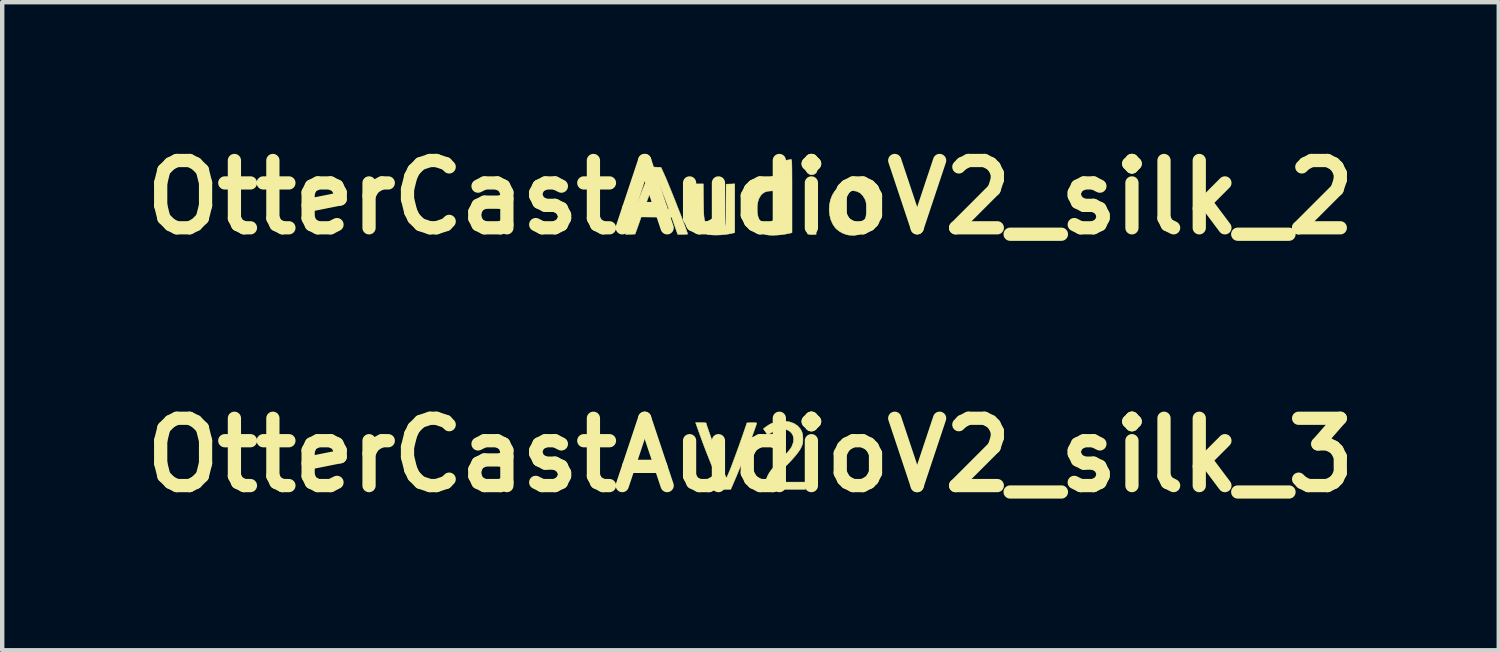
<source format=kicad_pcb>
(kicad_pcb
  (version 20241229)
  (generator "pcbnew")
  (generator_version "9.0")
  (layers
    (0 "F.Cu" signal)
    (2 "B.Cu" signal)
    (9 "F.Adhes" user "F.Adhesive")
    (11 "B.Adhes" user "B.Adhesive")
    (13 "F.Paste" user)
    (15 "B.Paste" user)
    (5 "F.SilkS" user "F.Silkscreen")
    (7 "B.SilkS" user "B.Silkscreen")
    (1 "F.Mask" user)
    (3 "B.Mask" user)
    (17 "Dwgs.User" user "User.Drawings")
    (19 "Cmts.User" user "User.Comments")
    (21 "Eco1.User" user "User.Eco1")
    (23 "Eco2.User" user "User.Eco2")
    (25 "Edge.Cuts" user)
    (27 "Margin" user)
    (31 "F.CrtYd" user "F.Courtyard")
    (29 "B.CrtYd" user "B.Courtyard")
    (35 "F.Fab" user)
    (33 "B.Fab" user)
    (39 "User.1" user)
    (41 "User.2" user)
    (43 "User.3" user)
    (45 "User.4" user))
  (footprint "OtterCastAudioV2_silk_2"
    (layer "F.Cu")
    (at 13.941 1.418)
    (property "Reference" "OtterCastAudioV2_silk_2" (at 0 0 0) (layer "F.SilkS") (effects (font (size 1.524 1.524) (thickness 0.3))))
    (attr through_hole)
    (fp_poly (pts (xy 1.486 0.838) (xy 1.39 0.838) (xy 1.332 0.836) (xy 1.299 0.83) (xy 1.289 0.822) (xy 1.287 0.807) (xy 1.286 0.768) (xy 1.286 0.71) (xy 1.285 0.634) (xy 1.285 0.543) (xy 1.285 0.441) (xy 1.285 0.329) (xy 1.286 0.254) (xy 1.289 -0.298) (xy 1.387 -0.302) (xy 1.486 -0.306) (xy 1.486 0.838)) (stroke (width 0.01) (type solid)) (fill yes) (layer "F.SilkS"))
    (fp_poly (pts (xy 1.438 -0.762) (xy 1.479 -0.733) (xy 1.505 -0.689) (xy 1.511 -0.645) (xy 1.505 -0.591) (xy 1.484 -0.553) (xy 1.448 -0.527) (xy 1.405 -0.511) (xy 1.365 -0.512) (xy 1.327 -0.526) (xy 1.288 -0.555) (xy 1.265 -0.597) (xy 1.259 -0.645) (xy 1.268 -0.693) (xy 1.293 -0.734) (xy 1.333 -0.762) (xy 1.388 -0.773) (xy 1.438 -0.762)) (stroke (width 0.01) (type solid)) (fill yes) (layer "F.SilkS"))
    (fp_poly (pts (xy -0.356 0.799) (xy -0.403 0.811) (xy -0.494 0.83) (xy -0.599 0.844) (xy -0.707 0.852) (xy -0.81 0.854) (xy -0.891 0.85) (xy -0.994 0.828) (xy -1.081 0.787) (xy -1.152 0.726) (xy -1.205 0.647) (xy -1.243 0.548) (xy -1.257 0.483) (xy -1.26 0.448) (xy -1.263 0.392) (xy -1.266 0.319) (xy -1.268 0.234) (xy -1.269 0.141) (xy -1.27 0.048) (xy -1.27 -0.305) (xy -1.068 -0.305) (xy -1.064 0.079) (xy -1.062 0.2) (xy -1.06 0.298) (xy -1.057 0.377) (xy -1.052 0.439) (xy -1.046 0.487) (xy -1.037 0.524) (xy -1.025 0.554) (xy -1.01 0.579) (xy -0.992 0.602) (xy -0.982 0.612) (xy -0.946 0.642) (xy -0.902 0.662) (xy -0.846 0.673) (xy -0.772 0.677) (xy -0.733 0.677) (xy -0.689 0.677) (xy -0.653 0.677) (xy -0.624 0.676) (xy -0.602 0.67) (xy -0.585 0.658) (xy -0.573 0.636) (xy -0.565 0.604) (xy -0.56 0.558) (xy -0.558 0.495) (xy -0.557 0.415) (xy -0.556 0.314) (xy -0.556 0.19) (xy -0.556 0.18) (xy -0.552 -0.298) (xy -0.454 -0.302) (xy -0.356 -0.306) (xy -0.356 0.799)) (stroke (width 0.01) (type solid)) (fill yes) (layer "F.SilkS"))
    (fp_poly (pts (xy 2.413 -0.316) (xy 2.5 -0.296) (xy 2.578 -0.259) (xy 2.632 -0.223) (xy 2.705 -0.151) (xy 2.763 -0.063) (xy 2.806 0.038) (xy 2.832 0.148) (xy 2.842 0.263) (xy 2.833 0.379) (xy 2.806 0.493) (xy 2.776 0.568) (xy 2.716 0.665) (xy 2.639 0.745) (xy 2.55 0.805) (xy 2.449 0.844) (xy 2.342 0.862) (xy 2.229 0.855) (xy 2.172 0.843) (xy 2.09 0.813) (xy 2.012 0.769) (xy 1.945 0.716) (xy 1.922 0.693) (xy 1.861 0.604) (xy 1.817 0.503) (xy 1.791 0.394) (xy 1.781 0.28) (xy 1.783 0.241) (xy 1.995 0.241) (xy 1.995 0.322) (xy 2.003 0.397) (xy 2.013 0.439) (xy 2.05 0.529) (xy 2.102 0.599) (xy 2.167 0.649) (xy 2.243 0.679) (xy 2.328 0.685) (xy 2.405 0.672) (xy 2.458 0.647) (xy 2.512 0.603) (xy 2.559 0.548) (xy 2.593 0.492) (xy 2.605 0.46) (xy 2.614 0.43) (xy 2.619 0.393) (xy 2.622 0.345) (xy 2.623 0.279) (xy 2.623 0.267) (xy 2.622 0.197) (xy 2.62 0.147) (xy 2.615 0.109) (xy 2.607 0.078) (xy 2.595 0.048) (xy 2.593 0.044) (xy 2.544 -0.037) (xy 2.483 -0.098) (xy 2.409 -0.136) (xy 2.326 -0.152) (xy 2.311 -0.152) (xy 2.226 -0.14) (xy 2.15 -0.105) (xy 2.085 -0.048) (xy 2.034 0.029) (xy 2.03 0.037) (xy 2.012 0.091) (xy 2 0.162) (xy 1.995 0.241) (xy 1.783 0.241) (xy 1.788 0.166) (xy 1.811 0.056) (xy 1.85 -0.046) (xy 1.905 -0.136) (xy 1.976 -0.21) (xy 1.983 -0.217) (xy 2.06 -0.268) (xy 2.14 -0.301) (xy 2.229 -0.318) (xy 2.311 -0.322) (xy 2.413 -0.316)) (stroke (width 0.01) (type solid)) (fill yes) (layer "F.SilkS"))
    (fp_poly (pts (xy -2.122 -0.683) (xy -2.026 -0.679) (xy -1.953 -0.521) (xy -1.928 -0.464) (xy -1.897 -0.392) (xy -1.862 -0.306) (xy -1.822 -0.209) (xy -1.779 -0.105) (xy -1.735 0.005) (xy -1.69 0.118) (xy -1.646 0.231) (xy -1.602 0.342) (xy -1.561 0.447) (xy -1.524 0.545) (xy -1.491 0.633) (xy -1.463 0.708) (xy -1.442 0.768) (xy -1.428 0.809) (xy -1.422 0.83) (xy -1.422 0.83) (xy -1.434 0.834) (xy -1.466 0.837) (xy -1.511 0.838) (xy -1.535 0.838) (xy -1.648 0.838) (xy -1.784 0.451) (xy -2.129 0.447) (xy -2.474 0.444) (xy -2.522 0.581) (xy -2.543 0.642) (xy -2.565 0.702) (xy -2.582 0.75) (xy -2.591 0.775) (xy -2.613 0.832) (xy -2.722 0.836) (xy -2.831 0.839) (xy -2.789 0.721) (xy -2.715 0.522) (xy -2.641 0.325) (xy -2.62 0.27) (xy -2.405 0.27) (xy -2.391 0.273) (xy -2.355 0.275) (xy -2.302 0.277) (xy -2.235 0.279) (xy -2.157 0.279) (xy -2.127 0.279) (xy -2.033 0.279) (xy -1.963 0.278) (xy -1.913 0.276) (xy -1.879 0.273) (xy -1.861 0.269) (xy -1.854 0.264) (xy -1.854 0.263) (xy -1.859 0.243) (xy -1.871 0.204) (xy -1.891 0.151) (xy -1.915 0.086) (xy -1.943 0.013) (xy -1.974 -0.064) (xy -2.005 -0.141) (xy -2.036 -0.216) (xy -2.065 -0.285) (xy -2.091 -0.343) (xy -2.112 -0.389) (xy -2.126 -0.417) (xy -2.133 -0.426) (xy -2.143 -0.411) (xy -2.159 -0.377) (xy -2.182 -0.326) (xy -2.208 -0.263) (xy -2.238 -0.191) (xy -2.268 -0.113) (xy -2.299 -0.034) (xy -2.329 0.043) (xy -2.355 0.115) (xy -2.377 0.177) (xy -2.394 0.226) (xy -2.403 0.258) (xy -2.405 0.27) (xy -2.62 0.27) (xy -2.568 0.134) (xy -2.495 -0.048) (xy -2.427 -0.217) (xy -2.362 -0.37) (xy -2.303 -0.503) (xy -2.279 -0.557) (xy -2.218 -0.687) (xy -2.122 -0.683)) (stroke (width 0.01) (type solid)) (fill yes) (layer "F.SilkS"))
    (fp_poly (pts (xy 0.926 -0.856) (xy 0.929 -0.847) (xy 0.932 -0.831) (xy 0.934 -0.807) (xy 0.936 -0.771) (xy 0.937 -0.723) (xy 0.938 -0.661) (xy 0.939 -0.583) (xy 0.939 -0.487) (xy 0.94 -0.371) (xy 0.94 -0.234) (xy 0.94 -0.074) (xy 0.94 -0.033) (xy 0.94 0.799) (xy 0.892 0.812) (xy 0.804 0.83) (xy 0.707 0.845) (xy 0.607 0.854) (xy 0.512 0.858) (xy 0.429 0.856) (xy 0.382 0.85) (xy 0.273 0.818) (xy 0.175 0.765) (xy 0.091 0.694) (xy 0.024 0.605) (xy -0.025 0.504) (xy -0.05 0.414) (xy -0.063 0.282) (xy -0.062 0.26) (xy 0.152 0.26) (xy 0.157 0.358) (xy 0.171 0.437) (xy 0.198 0.502) (xy 0.237 0.558) (xy 0.245 0.567) (xy 0.299 0.618) (xy 0.354 0.653) (xy 0.418 0.673) (xy 0.495 0.681) (xy 0.572 0.679) (xy 0.625 0.675) (xy 0.671 0.671) (xy 0.703 0.666) (xy 0.708 0.665) (xy 0.737 0.657) (xy 0.734 0.294) (xy 0.73 -0.07) (xy 0.654 -0.108) (xy 0.61 -0.128) (xy 0.571 -0.14) (xy 0.527 -0.145) (xy 0.476 -0.146) (xy 0.391 -0.139) (xy 0.324 -0.119) (xy 0.269 -0.082) (xy 0.228 -0.036) (xy 0.19 0.031) (xy 0.166 0.108) (xy 0.154 0.201) (xy 0.152 0.26) (xy -0.062 0.26) (xy -0.057 0.156) (xy -0.031 0.037) (xy 0.014 -0.071) (xy 0.076 -0.164) (xy 0.105 -0.195) (xy 0.185 -0.258) (xy 0.278 -0.301) (xy 0.38 -0.324) (xy 0.488 -0.326) (xy 0.599 -0.307) (xy 0.681 -0.279) (xy 0.737 -0.255) (xy 0.737 -0.539) (xy 0.736 -0.633) (xy 0.737 -0.704) (xy 0.738 -0.756) (xy 0.742 -0.792) (xy 0.75 -0.815) (xy 0.762 -0.829) (xy 0.779 -0.836) (xy 0.804 -0.84) (xy 0.836 -0.844) (xy 0.838 -0.845) (xy 0.878 -0.851) (xy 0.91 -0.857) (xy 0.918 -0.859) (xy 0.922 -0.859) (xy 0.926 -0.856)) (stroke (width 0.01) (type solid)) (fill yes) (layer "F.SilkS")))
  (footprint "OtterCastAudioV2_silk_3"
    (layer "F.Cu")
    (at 13.941 7.254)
    (property "Reference" "OtterCastAudioV2_silk_3" (at 0 0 0) (layer "F.SilkS") (effects (font (size 1.524 1.524) (thickness 0.3))))
    (attr through_hole)
    (fp_poly (pts (xy -1.068 -0.735) (xy -1.028 -0.732) (xy -1.006 -0.727) (xy -1.003 -0.724) (xy -0.999 -0.705) (xy -0.987 -0.664) (xy -0.967 -0.606) (xy -0.942 -0.533) (xy -0.912 -0.447) (xy -0.878 -0.352) (xy -0.841 -0.25) (xy -0.802 -0.145) (xy -0.763 -0.038) (xy -0.724 0.067) (xy -0.686 0.167) (xy -0.651 0.259) (xy -0.619 0.342) (xy -0.592 0.411) (xy -0.57 0.464) (xy -0.555 0.499) (xy -0.548 0.511) (xy -0.539 0.504) (xy -0.523 0.474) (xy -0.501 0.424) (xy -0.472 0.354) (xy -0.437 0.267) (xy -0.398 0.163) (xy -0.354 0.045) (xy -0.306 -0.086) (xy -0.254 -0.228) (xy -0.201 -0.38) (xy -0.145 -0.54) (xy -0.128 -0.591) (xy -0.08 -0.73) (xy 0.03 -0.734) (xy 0.083 -0.734) (xy 0.121 -0.732) (xy 0.139 -0.727) (xy 0.14 -0.725) (xy 0.135 -0.704) (xy 0.122 -0.662) (xy 0.101 -0.602) (xy 0.074 -0.526) (xy 0.041 -0.437) (xy 0.004 -0.338) (xy -0.037 -0.231) (xy -0.08 -0.119) (xy -0.124 -0.004) (xy -0.169 0.11) (xy -0.214 0.222) (xy -0.257 0.328) (xy -0.297 0.426) (xy -0.334 0.513) (xy -0.351 0.553) (xy -0.447 0.775) (xy -0.645 0.775) (xy -0.728 0.587) (xy -0.815 0.385) (xy -0.906 0.165) (xy -0.997 -0.064) (xy -1.085 -0.295) (xy -1.167 -0.521) (xy -1.182 -0.562) (xy -1.243 -0.737) (xy -1.123 -0.737) (xy -1.068 -0.735)) (stroke (width 0.01) (type solid)) (fill yes) (layer "F.SilkS"))
    (fp_poly (pts (xy 0.889 -0.752) (xy 0.986 -0.717) (xy 1.066 -0.664) (xy 1.127 -0.596) (xy 1.157 -0.543) (xy 1.173 -0.498) (xy 1.183 -0.45) (xy 1.186 -0.39) (xy 1.187 -0.368) (xy 1.186 -0.31) (xy 1.181 -0.267) (xy 1.17 -0.229) (xy 1.152 -0.185) (xy 1.148 -0.177) (xy 1.121 -0.126) (xy 1.085 -0.072) (xy 1.039 -0.012) (xy 0.98 0.057) (xy 0.907 0.138) (xy 0.816 0.232) (xy 0.813 0.235) (xy 0.74 0.311) (xy 0.682 0.374) (xy 0.638 0.425) (xy 0.605 0.468) (xy 0.58 0.506) (xy 0.567 0.53) (xy 0.555 0.553) (xy 0.547 0.571) (xy 0.546 0.585) (xy 0.554 0.595) (xy 0.574 0.602) (xy 0.607 0.606) (xy 0.657 0.608) (xy 0.726 0.609) (xy 0.816 0.61) (xy 0.895 0.61) (xy 1.245 0.61) (xy 1.245 0.775) (xy 0.789 0.775) (xy 0.666 0.775) (xy 0.566 0.774) (xy 0.487 0.773) (xy 0.427 0.772) (xy 0.383 0.77) (xy 0.353 0.767) (xy 0.335 0.763) (xy 0.327 0.759) (xy 0.326 0.757) (xy 0.323 0.726) (xy 0.327 0.677) (xy 0.338 0.619) (xy 0.353 0.559) (xy 0.373 0.504) (xy 0.38 0.486) (xy 0.404 0.438) (xy 0.431 0.392) (xy 0.464 0.345) (xy 0.505 0.294) (xy 0.556 0.235) (xy 0.62 0.166) (xy 0.7 0.082) (xy 0.714 0.067) (xy 0.784 -0.005) (xy 0.837 -0.064) (xy 0.878 -0.111) (xy 0.908 -0.151) (xy 0.929 -0.185) (xy 0.94 -0.206) (xy 0.97 -0.291) (xy 0.977 -0.368) (xy 0.965 -0.435) (xy 0.935 -0.493) (xy 0.891 -0.538) (xy 0.833 -0.571) (xy 0.766 -0.589) (xy 0.69 -0.591) (xy 0.609 -0.576) (xy 0.525 -0.543) (xy 0.441 -0.49) (xy 0.438 -0.488) (xy 0.41 -0.468) (xy 0.392 -0.459) (xy 0.389 -0.459) (xy 0.381 -0.471) (xy 0.361 -0.497) (xy 0.339 -0.529) (xy 0.292 -0.595) (xy 0.339 -0.634) (xy 0.44 -0.701) (xy 0.552 -0.747) (xy 0.672 -0.77) (xy 0.776 -0.77) (xy 0.889 -0.752)) (stroke (width 0.01) (type solid)) (fill yes) (layer "F.SilkS")))
  (gr_rect
    (start -3 -3)
    (end 30.882 11.672)
    (stroke (width 0.1) (type default))
    (fill no)
    (layer "Edge.Cuts")))
</source>
